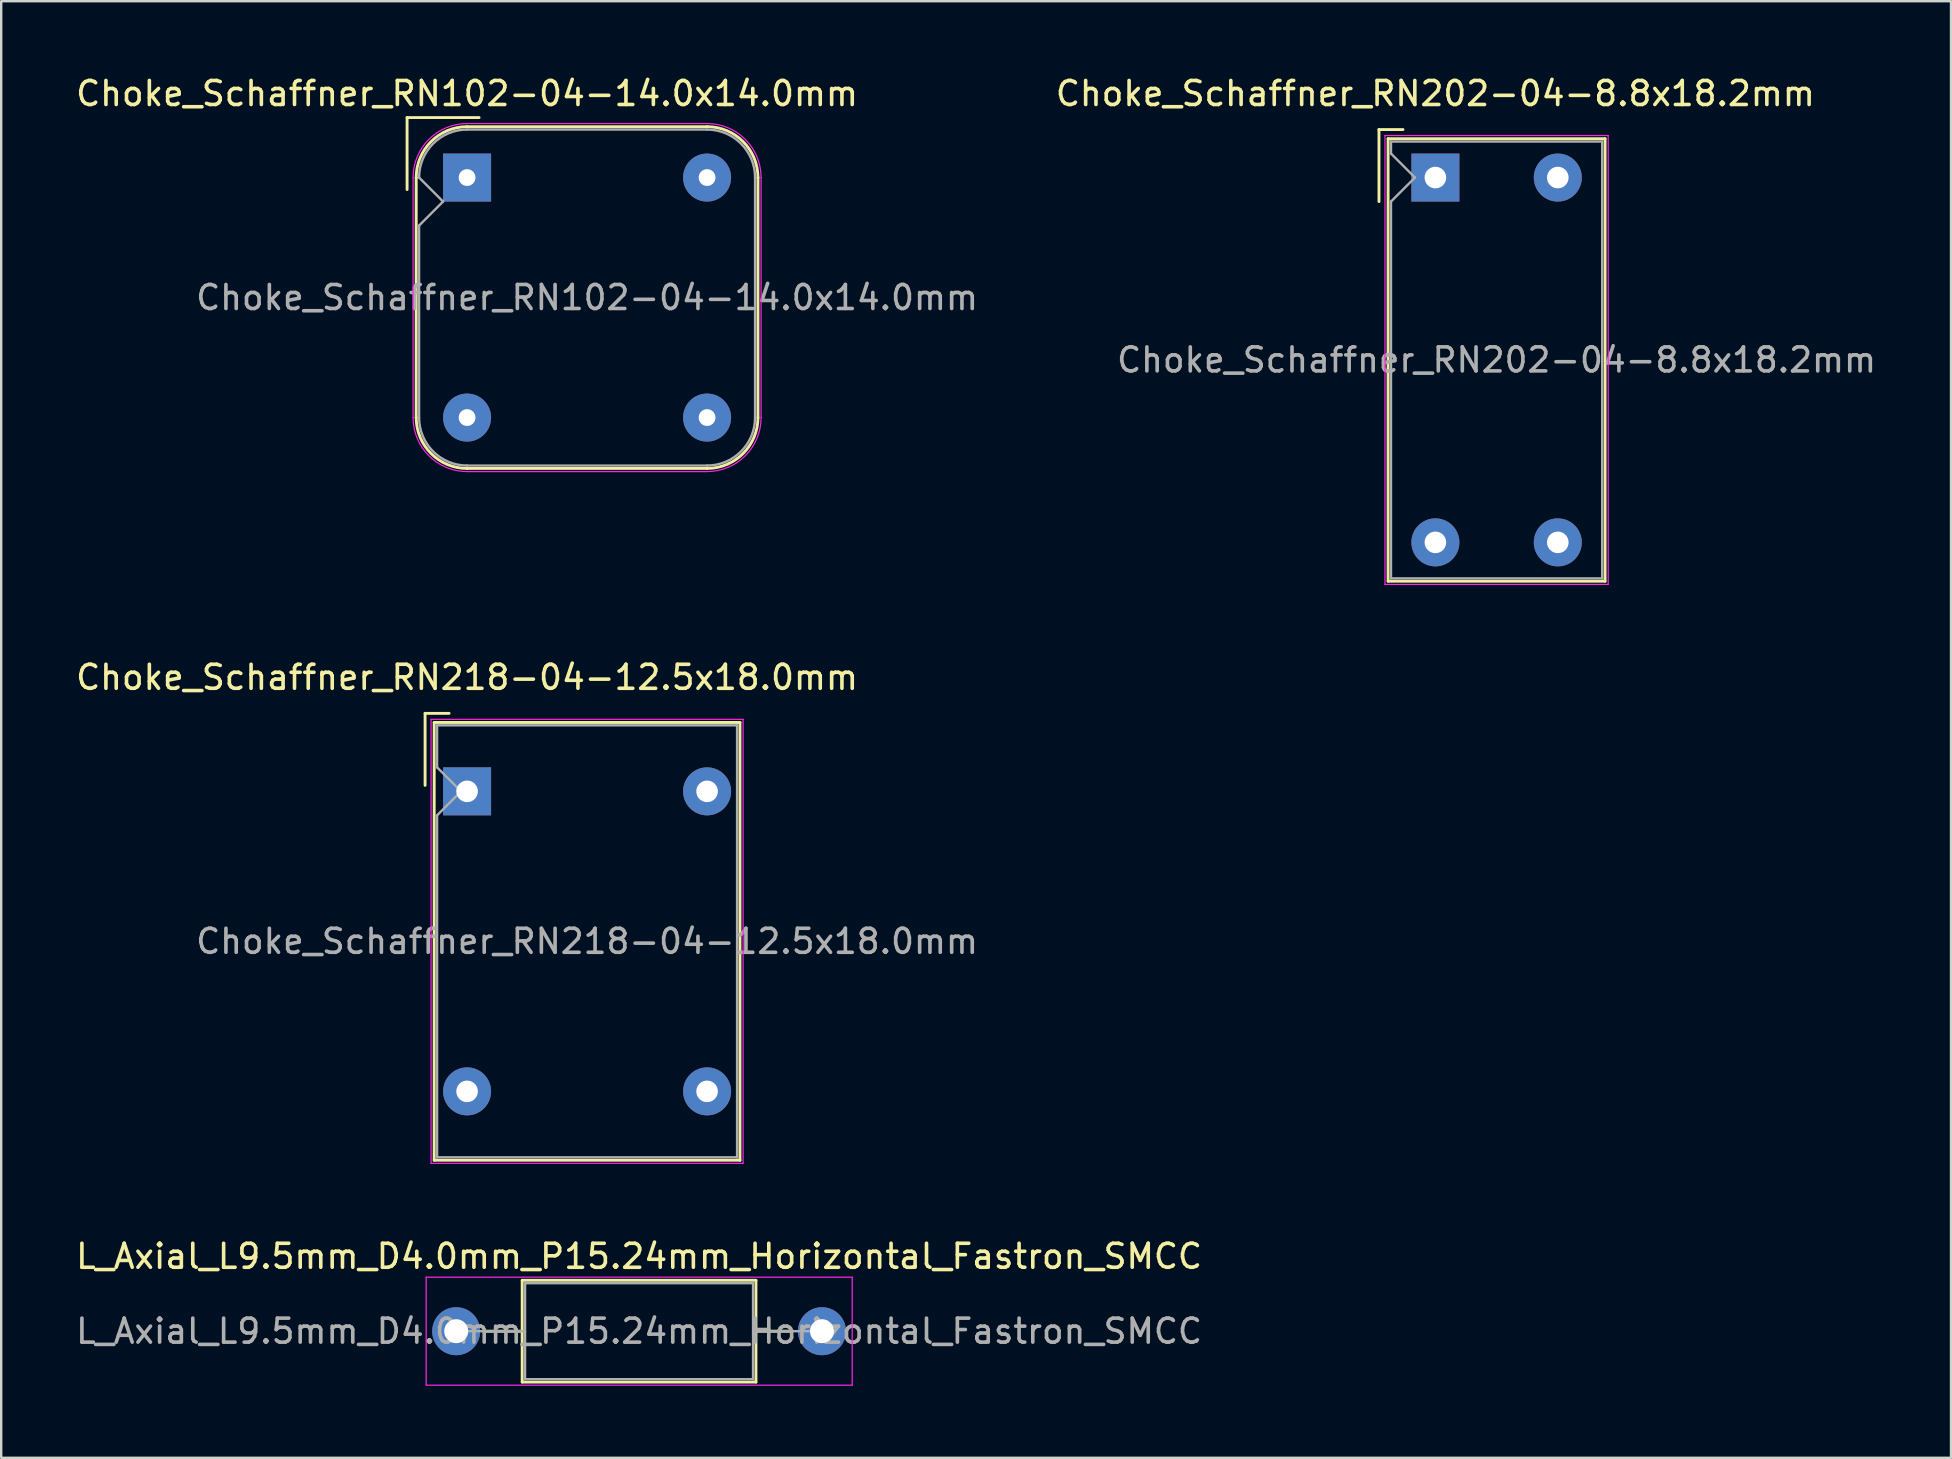
<source format=kicad_pcb>
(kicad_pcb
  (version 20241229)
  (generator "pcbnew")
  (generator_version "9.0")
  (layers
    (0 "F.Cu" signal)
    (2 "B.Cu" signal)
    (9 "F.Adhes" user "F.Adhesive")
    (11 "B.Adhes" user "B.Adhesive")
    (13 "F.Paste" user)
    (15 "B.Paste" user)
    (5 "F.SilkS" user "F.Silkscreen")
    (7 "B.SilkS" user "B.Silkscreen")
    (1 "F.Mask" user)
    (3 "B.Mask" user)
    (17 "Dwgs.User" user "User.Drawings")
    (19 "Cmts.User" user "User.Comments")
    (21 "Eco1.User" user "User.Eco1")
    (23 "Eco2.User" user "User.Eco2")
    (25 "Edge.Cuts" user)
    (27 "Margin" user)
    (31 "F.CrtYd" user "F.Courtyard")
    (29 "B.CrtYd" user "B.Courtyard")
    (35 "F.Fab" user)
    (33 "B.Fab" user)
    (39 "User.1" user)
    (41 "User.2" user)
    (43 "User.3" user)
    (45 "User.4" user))
  (footprint "Choke_Schaffner_RN202-04-8.8x18.2mm"
    (layer "F.Cu")
    (at 56.756 4.348)
    (property "Reference" "Choke_Schaffner_RN202-04-8.8x18.2mm" (at 0 -3.5 0) (layer "F.SilkS") (effects (font (size 1 1) (thickness 0.15))))
    (attr through_hole)
    (fp_line (start -2.35 -2) (end -2.35 1) (stroke (width 0.12) (type solid)) (layer "F.SilkS"))
    (fp_line (start -2.35 -2) (end -1.35 -2) (stroke (width 0.12) (type solid)) (layer "F.SilkS"))
    (fp_line (start -1.97 -1.62) (end 7.07 -1.62) (stroke (width 0.12) (type solid)) (layer "F.SilkS"))
    (fp_line (start -1.97 16.82) (end -1.97 -1.62) (stroke (width 0.12) (type solid)) (layer "F.SilkS"))
    (fp_line (start 7.07 -1.62) (end 7.07 16.82) (stroke (width 0.12) (type solid)) (layer "F.SilkS"))
    (fp_line (start 7.07 16.82) (end -1.97 16.82) (stroke (width 0.12) (type solid)) (layer "F.SilkS"))
    (fp_line (start -2.1 -1.75) (end -2.1 16.95) (stroke (width 0.05) (type solid)) (layer "F.CrtYd"))
    (fp_line (start -2.1 16.95) (end 7.2 16.95) (stroke (width 0.05) (type solid)) (layer "F.CrtYd"))
    (fp_line (start 7.2 -1.75) (end -2.1 -1.75) (stroke (width 0.05) (type solid)) (layer "F.CrtYd"))
    (fp_line (start 7.2 16.95) (end 7.2 -1.75) (stroke (width 0.05) (type solid)) (layer "F.CrtYd"))
    (fp_line (start -1.85 -1.5) (end 6.95 -1.5) (stroke (width 0.1) (type solid)) (layer "F.Fab"))
    (fp_line (start -1.85 -1) (end -1.85 -1.5) (stroke (width 0.1) (type solid)) (layer "F.Fab"))
    (fp_line (start -1.85 1) (end -0.85 0) (stroke (width 0.1) (type solid)) (layer "F.Fab"))
    (fp_line (start -1.85 16.7) (end -1.85 1) (stroke (width 0.1) (type solid)) (layer "F.Fab"))
    (fp_line (start -0.85 0) (end -1.85 -1) (stroke (width 0.1) (type solid)) (layer "F.Fab"))
    (fp_line (start 6.95 -1.5) (end 6.95 16.7) (stroke (width 0.1) (type solid)) (layer "F.Fab"))
    (fp_line (start 6.95 16.7) (end -1.85 16.7) (stroke (width 0.1) (type solid)) (layer "F.Fab"))
    (fp_text user "${REFERENCE}" (at 2.55 7.6 0) (layer "F.Fab") (effects (font (size 1 1) (thickness 0.15))))
    (pad "1" thru_hole rect (at 0 0) (size 2 2) (drill 0.9) (layers "*.Cu" "*.Mask"))
    (pad "2" thru_hole circle (at 5.1 0) (size 2 2) (drill 0.9) (layers "*.Cu" "*.Mask"))
    (pad "3" thru_hole circle (at 0 15.2) (size 2 2) (drill 0.9) (layers "*.Cu" "*.Mask"))
    (pad "4" thru_hole circle (at 5.1 15.2) (size 2 2) (drill 0.9) (layers "*.Cu" "*.Mask")))
  (footprint "L_Axial_L9.5mm_D4.0mm_P15.24mm_Horizontal_Fastron_SMCC"
    (layer "F.Cu")
    (at 15.957 52.415)
    (property "Reference" "L_Axial_L9.5mm_D4.0mm_P15.24mm_Horizontal_Fastron_SMCC" (at 7.62 -3.12 0) (layer "F.SilkS") (effects (font (size 1 1) (thickness 0.15))))
    (attr through_hole)
    (fp_line (start 1.24 0) (end 2.75 0) (stroke (width 0.12) (type solid)) (layer "F.SilkS"))
    (fp_line (start 2.75 -2.12) (end 2.75 2.12) (stroke (width 0.12) (type solid)) (layer "F.SilkS"))
    (fp_line (start 2.75 2.12) (end 12.49 2.12) (stroke (width 0.12) (type solid)) (layer "F.SilkS"))
    (fp_line (start 12.49 -2.12) (end 2.75 -2.12) (stroke (width 0.12) (type solid)) (layer "F.SilkS"))
    (fp_line (start 12.49 2.12) (end 12.49 -2.12) (stroke (width 0.12) (type solid)) (layer "F.SilkS"))
    (fp_line (start 14 0) (end 12.49 0) (stroke (width 0.12) (type solid)) (layer "F.SilkS"))
    (fp_line (start -1.25 -2.25) (end -1.25 2.25) (stroke (width 0.05) (type solid)) (layer "F.CrtYd"))
    (fp_line (start -1.25 2.25) (end 16.5 2.25) (stroke (width 0.05) (type solid)) (layer "F.CrtYd"))
    (fp_line (start 16.5 -2.25) (end -1.25 -2.25) (stroke (width 0.05) (type solid)) (layer "F.CrtYd"))
    (fp_line (start 16.5 2.25) (end 16.5 -2.25) (stroke (width 0.05) (type solid)) (layer "F.CrtYd"))
    (fp_line (start 0 0) (end 2.87 0) (stroke (width 0.1) (type solid)) (layer "F.Fab"))
    (fp_line (start 2.87 -2) (end 2.87 2) (stroke (width 0.1) (type solid)) (layer "F.Fab"))
    (fp_line (start 2.87 2) (end 12.37 2) (stroke (width 0.1) (type solid)) (layer "F.Fab"))
    (fp_line (start 12.37 -2) (end 2.87 -2) (stroke (width 0.1) (type solid)) (layer "F.Fab"))
    (fp_line (start 12.37 2) (end 12.37 -2) (stroke (width 0.1) (type solid)) (layer "F.Fab"))
    (fp_line (start 15.24 0) (end 12.37 0) (stroke (width 0.1) (type solid)) (layer "F.Fab"))
    (fp_text user "${REFERENCE}" (at 7.62 0 0) (layer "F.Fab") (effects (font (size 1 1) (thickness 0.15))))
    (pad "1" thru_hole circle (at 0 0) (size 2 2) (drill 1) (layers "*.Cu" "*.Mask"))
    (pad "2" thru_hole oval (at 15.24 0) (size 2 2) (drill 1) (layers "*.Cu" "*.Mask")))
  (footprint "Choke_Schaffner_RN218-04-12.5x18.0mm"
    (layer "F.Cu")
    (at 16.411 29.922)
    (property "Reference" "Choke_Schaffner_RN218-04-12.5x18.0mm" (at 0 -4.75 0) (layer "F.SilkS") (effects (font (size 1 1) (thickness 0.15))))
    (attr through_hole)
    (fp_line (start -1.75 -3.25) (end -1.75 -0.25) (stroke (width 0.12) (type solid)) (layer "F.SilkS"))
    (fp_line (start -1.75 -3.25) (end -0.75 -3.25) (stroke (width 0.12) (type solid)) (layer "F.SilkS"))
    (fp_line (start -1.37 -2.87) (end 11.37 -2.87) (stroke (width 0.12) (type solid)) (layer "F.SilkS"))
    (fp_line (start -1.37 15.37) (end -1.37 -2.87) (stroke (width 0.12) (type solid)) (layer "F.SilkS"))
    (fp_line (start 11.37 -2.87) (end 11.37 15.37) (stroke (width 0.12) (type solid)) (layer "F.SilkS"))
    (fp_line (start 11.37 15.37) (end -1.37 15.37) (stroke (width 0.12) (type solid)) (layer "F.SilkS"))
    (fp_line (start -1.5 -3) (end -1.5 15.5) (stroke (width 0.05) (type solid)) (layer "F.CrtYd"))
    (fp_line (start -1.5 15.5) (end 11.5 15.5) (stroke (width 0.05) (type solid)) (layer "F.CrtYd"))
    (fp_line (start 11.5 -3) (end -1.5 -3) (stroke (width 0.05) (type solid)) (layer "F.CrtYd"))
    (fp_line (start 11.5 15.5) (end 11.5 -3) (stroke (width 0.05) (type solid)) (layer "F.CrtYd"))
    (fp_line (start -1.25 -2.75) (end 11.25 -2.75) (stroke (width 0.1) (type solid)) (layer "F.Fab"))
    (fp_line (start -1.25 -1) (end -1.25 -2.75) (stroke (width 0.1) (type solid)) (layer "F.Fab"))
    (fp_line (start -1.25 1) (end -0.25 0) (stroke (width 0.1) (type solid)) (layer "F.Fab"))
    (fp_line (start -1.25 15.25) (end -1.25 1) (stroke (width 0.1) (type solid)) (layer "F.Fab"))
    (fp_line (start -0.25 0) (end -1.25 -1) (stroke (width 0.1) (type solid)) (layer "F.Fab"))
    (fp_line (start 11.25 -2.75) (end 11.25 15.25) (stroke (width 0.1) (type solid)) (layer "F.Fab"))
    (fp_line (start 11.25 15.25) (end -1.25 15.25) (stroke (width 0.1) (type solid)) (layer "F.Fab"))
    (fp_text user "${REFERENCE}" (at 5 6.25 0) (layer "F.Fab") (effects (font (size 1 1) (thickness 0.15))))
    (pad "1" thru_hole rect (at 0 0) (size 2 2) (drill 0.9) (layers "*.Cu" "*.Mask"))
    (pad "2" thru_hole circle (at 10 0) (size 2 2) (drill 0.9) (layers "*.Cu" "*.Mask"))
    (pad "3" thru_hole circle (at 0 12.5) (size 2 2) (drill 0.9) (layers "*.Cu" "*.Mask"))
    (pad "4" thru_hole circle (at 10 12.5) (size 2 2) (drill 0.9) (layers "*.Cu" "*.Mask")))
  (footprint "Choke_Schaffner_RN102-04-14.0x14.0mm"
    (layer "F.Cu")
    (at 16.411 4.348)
    (property "Reference" "Choke_Schaffner_RN102-04-14.0x14.0mm" (at 0 -3.5 0) (layer "F.SilkS") (effects (font (size 1 1) (thickness 0.15))))
    (attr through_hole)
    (fp_line (start -2.5 -2.5) (end -2.5 0.5) (stroke (width 0.12) (type solid)) (layer "F.SilkS"))
    (fp_line (start -2.5 -2.5) (end 0.5 -2.5) (stroke (width 0.12) (type solid)) (layer "F.SilkS"))
    (fp_line (start -2.12 10) (end -2.12 0) (stroke (width 0.12) (type solid)) (layer "F.SilkS"))
    (fp_line (start 0 -2.12) (end 10 -2.12) (stroke (width 0.12) (type solid)) (layer "F.SilkS"))
    (fp_line (start 10 12.12) (end 0 12.12) (stroke (width 0.12) (type solid)) (layer "F.SilkS"))
    (fp_line (start 12.12 0) (end 12.12 10) (stroke (width 0.12) (type solid)) (layer "F.SilkS"))
    (fp_arc (start -2.12 0) (mid -1.499066 -1.499066) (end 0 -2.12) (stroke (width 0.12) (type solid)) (layer "F.SilkS"))
    (fp_arc (start 0 12.12) (mid -1.499066 11.499066) (end -2.12 10) (stroke (width 0.12) (type solid)) (layer "F.SilkS"))
    (fp_arc (start 10 -2.12) (mid 11.499066 -1.499066) (end 12.12 0) (stroke (width 0.12) (type solid)) (layer "F.SilkS"))
    (fp_arc (start 12.12 10) (mid 11.499066 11.499066) (end 10 12.12) (stroke (width 0.12) (type solid)) (layer "F.SilkS"))
    (fp_line (start -2.25 10) (end -2.25 0) (stroke (width 0.05) (type solid)) (layer "F.CrtYd"))
    (fp_line (start 0 -2.25) (end 10 -2.25) (stroke (width 0.05) (type solid)) (layer "F.CrtYd"))
    (fp_line (start 10 12.25) (end 0 12.25) (stroke (width 0.05) (type solid)) (layer "F.CrtYd"))
    (fp_line (start 12.25 0) (end 12.25 10) (stroke (width 0.05) (type solid)) (layer "F.CrtYd"))
    (fp_arc (start -2.25 0) (mid -1.59099 -1.59099) (end 0 -2.25) (stroke (width 0.05) (type solid)) (layer "F.CrtYd"))
    (fp_arc (start 0 12.25) (mid -1.59099 11.59099) (end -2.25 10) (stroke (width 0.05) (type solid)) (layer "F.CrtYd"))
    (fp_arc (start 10 -2.25) (mid 11.59099 -1.59099) (end 12.25 0) (stroke (width 0.05) (type solid)) (layer "F.CrtYd"))
    (fp_arc (start 12.25 10) (mid 11.59099 11.59099) (end 10 12.25) (stroke (width 0.05) (type solid)) (layer "F.CrtYd"))
    (fp_line (start -2 2) (end -1 1) (stroke (width 0.1) (type solid)) (layer "F.Fab"))
    (fp_line (start -2 10) (end -2 2) (stroke (width 0.1) (type solid)) (layer "F.Fab"))
    (fp_line (start -1 1) (end -2 0) (stroke (width 0.1) (type solid)) (layer "F.Fab"))
    (fp_line (start 0 -2) (end 10 -2) (stroke (width 0.1) (type solid)) (layer "F.Fab"))
    (fp_line (start 10 12) (end 0 12) (stroke (width 0.1) (type solid)) (layer "F.Fab"))
    (fp_line (start 12 0) (end 12 10) (stroke (width 0.1) (type solid)) (layer "F.Fab"))
    (fp_arc (start -2 0) (mid -1.414214 -1.414214) (end 0 -2) (stroke (width 0.1) (type solid)) (layer "F.Fab"))
    (fp_arc (start 0 12) (mid -1.414214 11.414214) (end -2 10) (stroke (width 0.1) (type solid)) (layer "F.Fab"))
    (fp_arc (start 10 -2) (mid 11.414214 -1.414214) (end 12 0) (stroke (width 0.1) (type solid)) (layer "F.Fab"))
    (fp_arc (start 12 10) (mid 11.414214 11.414214) (end 10 12) (stroke (width 0.1) (type solid)) (layer "F.Fab"))
    (fp_text user "${REFERENCE}" (at 5 5 0) (layer "F.Fab") (effects (font (size 1 1) (thickness 0.15))))
    (pad "1" thru_hole rect (at 0 0) (size 2 2) (drill 0.7) (layers "*.Cu" "*.Mask"))
    (pad "2" thru_hole circle (at 10 0) (size 2 2) (drill 0.7) (layers "*.Cu" "*.Mask"))
    (pad "3" thru_hole circle (at 0 10) (size 2 2) (drill 0.7) (layers "*.Cu" "*.Mask"))
    (pad "4" thru_hole circle (at 10 10) (size 2 2) (drill 0.7) (layers "*.Cu" "*.Mask")))
  (gr_rect
    (start -3 -3)
    (end 78.24 57.69)
    (stroke (width 0.1) (type default))
    (fill no)
    (layer "Edge.Cuts")))
</source>
